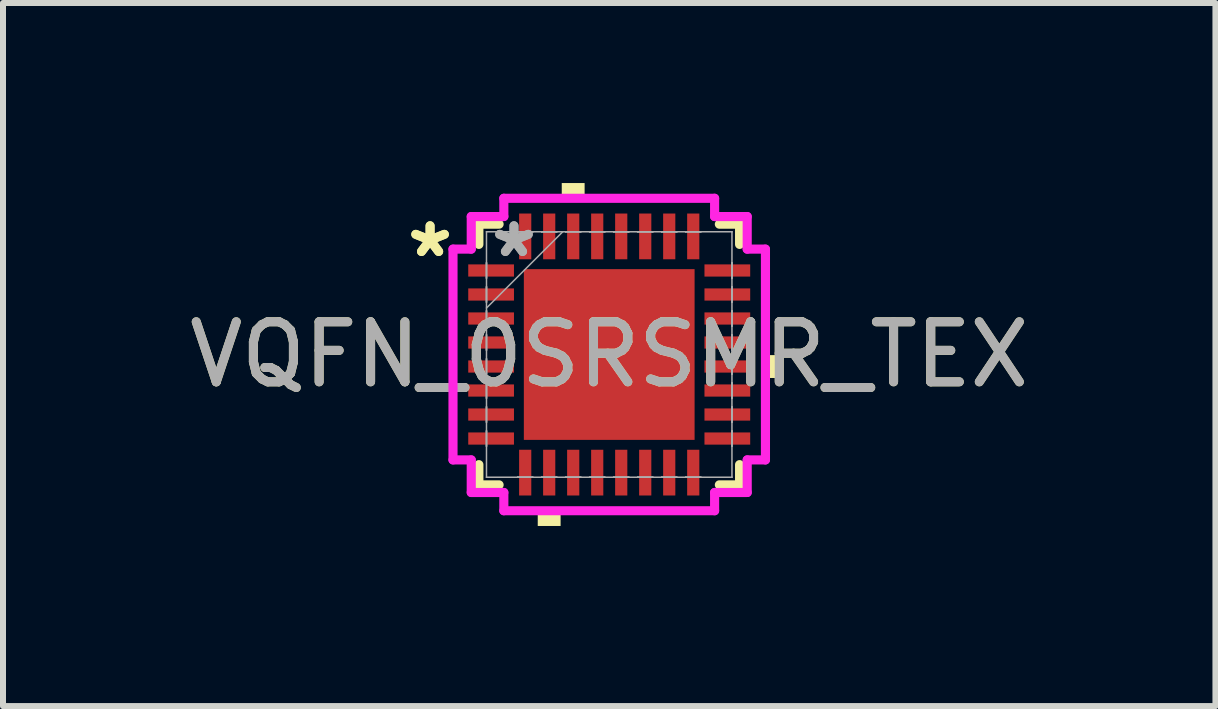
<source format=kicad_pcb>
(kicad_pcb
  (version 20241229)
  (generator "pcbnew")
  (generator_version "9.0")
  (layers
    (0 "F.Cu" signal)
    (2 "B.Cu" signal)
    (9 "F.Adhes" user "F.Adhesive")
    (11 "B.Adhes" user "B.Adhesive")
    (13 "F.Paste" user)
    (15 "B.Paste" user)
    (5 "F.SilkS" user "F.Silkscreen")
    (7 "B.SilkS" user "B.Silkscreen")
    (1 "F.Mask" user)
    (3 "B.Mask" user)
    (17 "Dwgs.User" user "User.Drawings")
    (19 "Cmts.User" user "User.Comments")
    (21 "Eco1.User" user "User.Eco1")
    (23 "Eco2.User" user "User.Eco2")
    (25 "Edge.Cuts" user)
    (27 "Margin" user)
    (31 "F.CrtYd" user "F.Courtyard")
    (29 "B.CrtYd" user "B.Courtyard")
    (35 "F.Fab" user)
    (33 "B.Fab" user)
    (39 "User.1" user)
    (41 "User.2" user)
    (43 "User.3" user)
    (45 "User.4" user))
  (footprint "VQFN_0SRSMR_TEX"
    (layer "F.Cu")
    (at 7.101 2.857)
    (property "Reference" "VQFN_0SRSMR_TEX" (at 0 0 0) (unlocked yes) (layer "F.SilkS") (effects (font (size 1 1) (thickness 0.15))))
    (attr smd)
    (fp_line (start -2.172 -2.172) (end -2.172 -1.835) (stroke (width 0.152) (type solid)) (layer "F.SilkS"))
    (fp_line (start -2.172 1.835) (end -2.172 2.172) (stroke (width 0.152) (type solid)) (layer "F.SilkS"))
    (fp_line (start -2.172 2.172) (end -1.835 2.172) (stroke (width 0.152) (type solid)) (layer "F.SilkS"))
    (fp_line (start -1.835 -2.172) (end -2.172 -2.172) (stroke (width 0.152) (type solid)) (layer "F.SilkS"))
    (fp_line (start 1.835 2.172) (end 2.172 2.172) (stroke (width 0.152) (type solid)) (layer "F.SilkS"))
    (fp_line (start 2.172 -2.172) (end 1.835 -2.172) (stroke (width 0.152) (type solid)) (layer "F.SilkS"))
    (fp_line (start 2.172 -1.835) (end 2.172 -2.172) (stroke (width 0.152) (type solid)) (layer "F.SilkS"))
    (fp_line (start 2.172 2.172) (end 2.172 1.835) (stroke (width 0.152) (type solid)) (layer "F.SilkS"))
    (fp_poly (pts (xy -1.191 2.603) (xy -1.191 2.857) (xy -0.81 2.857) (xy -0.81 2.603)) (stroke (width 0) (type solid)) (fill yes) (layer "F.SilkS"))
    (fp_poly (pts (xy -0.791 -2.603) (xy -0.791 -2.857) (xy -0.41 -2.857) (xy -0.41 -2.603)) (stroke (width 0) (type solid)) (fill yes) (layer "F.SilkS"))
    (fp_poly (pts (xy 2.857 0.01) (xy 2.857 0.391) (xy 2.603 0.391) (xy 2.603 0.01)) (stroke (width 0) (type solid)) (fill yes) (layer "F.SilkS"))
    (fp_poly (pts (xy -1.322 -1.322) (xy -1.322 -0.1) (xy -0.1 -0.1) (xy -0.1 -1.322)) (stroke (width 0) (type solid)) (fill yes) (layer "F.Paste"))
    (fp_poly (pts (xy -1.322 0.1) (xy -1.322 1.322) (xy -0.1 1.322) (xy -0.1 0.1)) (stroke (width 0) (type solid)) (fill yes) (layer "F.Paste"))
    (fp_poly (pts (xy 0.1 -1.322) (xy 0.1 -0.1) (xy 1.322 -0.1) (xy 1.322 -1.322)) (stroke (width 0) (type solid)) (fill yes) (layer "F.Paste"))
    (fp_poly (pts (xy 0.1 0.1) (xy 0.1 1.322) (xy 1.322 1.322) (xy 1.322 0.1)) (stroke (width 0) (type solid)) (fill yes) (layer "F.Paste"))
    (fp_line (start -2.603 -1.756) (end -2.299 -1.756) (stroke (width 0.152) (type solid)) (layer "F.CrtYd"))
    (fp_line (start -2.603 1.756) (end -2.603 -1.756) (stroke (width 0.152) (type solid)) (layer "F.CrtYd"))
    (fp_line (start -2.299 -2.299) (end -1.756 -2.299) (stroke (width 0.152) (type solid)) (layer "F.CrtYd"))
    (fp_line (start -2.299 -1.756) (end -2.299 -2.299) (stroke (width 0.152) (type solid)) (layer "F.CrtYd"))
    (fp_line (start -2.299 1.756) (end -2.603 1.756) (stroke (width 0.152) (type solid)) (layer "F.CrtYd"))
    (fp_line (start -2.299 2.299) (end -2.299 1.756) (stroke (width 0.152) (type solid)) (layer "F.CrtYd"))
    (fp_line (start -1.756 -2.603) (end 1.756 -2.603) (stroke (width 0.152) (type solid)) (layer "F.CrtYd"))
    (fp_line (start -1.756 -2.299) (end -1.756 -2.603) (stroke (width 0.152) (type solid)) (layer "F.CrtYd"))
    (fp_line (start -1.756 2.299) (end -2.299 2.299) (stroke (width 0.152) (type solid)) (layer "F.CrtYd"))
    (fp_line (start -1.756 2.603) (end -1.756 2.299) (stroke (width 0.152) (type solid)) (layer "F.CrtYd"))
    (fp_line (start 1.756 -2.603) (end 1.756 -2.299) (stroke (width 0.152) (type solid)) (layer "F.CrtYd"))
    (fp_line (start 1.756 -2.299) (end 2.299 -2.299) (stroke (width 0.152) (type solid)) (layer "F.CrtYd"))
    (fp_line (start 1.756 2.299) (end 1.756 2.603) (stroke (width 0.152) (type solid)) (layer "F.CrtYd"))
    (fp_line (start 1.756 2.603) (end -1.756 2.603) (stroke (width 0.152) (type solid)) (layer "F.CrtYd"))
    (fp_line (start 2.299 -2.299) (end 2.299 -1.756) (stroke (width 0.152) (type solid)) (layer "F.CrtYd"))
    (fp_line (start 2.299 -1.756) (end 2.603 -1.756) (stroke (width 0.152) (type solid)) (layer "F.CrtYd"))
    (fp_line (start 2.299 1.756) (end 2.299 2.299) (stroke (width 0.152) (type solid)) (layer "F.CrtYd"))
    (fp_line (start 2.299 2.299) (end 1.756 2.299) (stroke (width 0.152) (type solid)) (layer "F.CrtYd"))
    (fp_line (start 2.603 -1.756) (end 2.603 1.756) (stroke (width 0.152) (type solid)) (layer "F.CrtYd"))
    (fp_line (start 2.603 1.756) (end 2.299 1.756) (stroke (width 0.152) (type solid)) (layer "F.CrtYd"))
    (fp_line (start -2.045 -2.045) (end -2.045 -2.045) (stroke (width 0.025) (type solid)) (layer "F.Fab"))
    (fp_line (start -2.045 -2.045) (end -2.045 2.045) (stroke (width 0.025) (type solid)) (layer "F.Fab"))
    (fp_line (start -2.045 -1.527) (end -2.045 -1.527) (stroke (width 0.025) (type solid)) (layer "F.Fab"))
    (fp_line (start -2.045 -1.527) (end -2.045 -1.273) (stroke (width 0.025) (type solid)) (layer "F.Fab"))
    (fp_line (start -2.045 -1.273) (end -2.045 -1.527) (stroke (width 0.025) (type solid)) (layer "F.Fab"))
    (fp_line (start -2.045 -1.273) (end -2.045 -1.273) (stroke (width 0.025) (type solid)) (layer "F.Fab"))
    (fp_line (start -2.045 -1.127) (end -2.045 -1.127) (stroke (width 0.025) (type solid)) (layer "F.Fab"))
    (fp_line (start -2.045 -1.127) (end -2.045 -0.873) (stroke (width 0.025) (type solid)) (layer "F.Fab"))
    (fp_line (start -2.045 -0.873) (end -2.045 -1.127) (stroke (width 0.025) (type solid)) (layer "F.Fab"))
    (fp_line (start -2.045 -0.873) (end -2.045 -0.873) (stroke (width 0.025) (type solid)) (layer "F.Fab"))
    (fp_line (start -2.045 -0.775) (end -0.775 -2.045) (stroke (width 0.025) (type solid)) (layer "F.Fab"))
    (fp_line (start -2.045 -0.727) (end -2.045 -0.727) (stroke (width 0.025) (type solid)) (layer "F.Fab"))
    (fp_line (start -2.045 -0.727) (end -2.045 -0.473) (stroke (width 0.025) (type solid)) (layer "F.Fab"))
    (fp_line (start -2.045 -0.473) (end -2.045 -0.727) (stroke (width 0.025) (type solid)) (layer "F.Fab"))
    (fp_line (start -2.045 -0.473) (end -2.045 -0.473) (stroke (width 0.025) (type solid)) (layer "F.Fab"))
    (fp_line (start -2.045 -0.327) (end -2.045 -0.327) (stroke (width 0.025) (type solid)) (layer "F.Fab"))
    (fp_line (start -2.045 -0.327) (end -2.045 -0.073) (stroke (width 0.025) (type solid)) (layer "F.Fab"))
    (fp_line (start -2.045 -0.073) (end -2.045 -0.327) (stroke (width 0.025) (type solid)) (layer "F.Fab"))
    (fp_line (start -2.045 -0.073) (end -2.045 -0.073) (stroke (width 0.025) (type solid)) (layer "F.Fab"))
    (fp_line (start -2.045 0.073) (end -2.045 0.073) (stroke (width 0.025) (type solid)) (layer "F.Fab"))
    (fp_line (start -2.045 0.073) (end -2.045 0.327) (stroke (width 0.025) (type solid)) (layer "F.Fab"))
    (fp_line (start -2.045 0.327) (end -2.045 0.073) (stroke (width 0.025) (type solid)) (layer "F.Fab"))
    (fp_line (start -2.045 0.327) (end -2.045 0.327) (stroke (width 0.025) (type solid)) (layer "F.Fab"))
    (fp_line (start -2.045 0.473) (end -2.045 0.473) (stroke (width 0.025) (type solid)) (layer "F.Fab"))
    (fp_line (start -2.045 0.473) (end -2.045 0.727) (stroke (width 0.025) (type solid)) (layer "F.Fab"))
    (fp_line (start -2.045 0.727) (end -2.045 0.473) (stroke (width 0.025) (type solid)) (layer "F.Fab"))
    (fp_line (start -2.045 0.727) (end -2.045 0.727) (stroke (width 0.025) (type solid)) (layer "F.Fab"))
    (fp_line (start -2.045 0.873) (end -2.045 0.873) (stroke (width 0.025) (type solid)) (layer "F.Fab"))
    (fp_line (start -2.045 0.873) (end -2.045 1.127) (stroke (width 0.025) (type solid)) (layer "F.Fab"))
    (fp_line (start -2.045 1.127) (end -2.045 0.873) (stroke (width 0.025) (type solid)) (layer "F.Fab"))
    (fp_line (start -2.045 1.127) (end -2.045 1.127) (stroke (width 0.025) (type solid)) (layer "F.Fab"))
    (fp_line (start -2.045 1.273) (end -2.045 1.273) (stroke (width 0.025) (type solid)) (layer "F.Fab"))
    (fp_line (start -2.045 1.273) (end -2.045 1.527) (stroke (width 0.025) (type solid)) (layer "F.Fab"))
    (fp_line (start -2.045 1.527) (end -2.045 1.273) (stroke (width 0.025) (type solid)) (layer "F.Fab"))
    (fp_line (start -2.045 1.527) (end -2.045 1.527) (stroke (width 0.025) (type solid)) (layer "F.Fab"))
    (fp_line (start -2.045 2.045) (end -2.045 2.045) (stroke (width 0.025) (type solid)) (layer "F.Fab"))
    (fp_line (start -2.045 2.045) (end 2.045 2.045) (stroke (width 0.025) (type solid)) (layer "F.Fab"))
    (fp_line (start -1.527 -2.045) (end -1.527 -2.045) (stroke (width 0.025) (type solid)) (layer "F.Fab"))
    (fp_line (start -1.527 -2.045) (end -1.273 -2.045) (stroke (width 0.025) (type solid)) (layer "F.Fab"))
    (fp_line (start -1.527 2.045) (end -1.527 2.045) (stroke (width 0.025) (type solid)) (layer "F.Fab"))
    (fp_line (start -1.527 2.045) (end -1.273 2.045) (stroke (width 0.025) (type solid)) (layer "F.Fab"))
    (fp_line (start -1.273 -2.045) (end -1.527 -2.045) (stroke (width 0.025) (type solid)) (layer "F.Fab"))
    (fp_line (start -1.273 -2.045) (end -1.273 -2.045) (stroke (width 0.025) (type solid)) (layer "F.Fab"))
    (fp_line (start -1.273 2.045) (end -1.527 2.045) (stroke (width 0.025) (type solid)) (layer "F.Fab"))
    (fp_line (start -1.273 2.045) (end -1.273 2.045) (stroke (width 0.025) (type solid)) (layer "F.Fab"))
    (fp_line (start -1.127 -2.045) (end -1.127 -2.045) (stroke (width 0.025) (type solid)) (layer "F.Fab"))
    (fp_line (start -1.127 -2.045) (end -0.873 -2.045) (stroke (width 0.025) (type solid)) (layer "F.Fab"))
    (fp_line (start -1.127 2.045) (end -1.127 2.045) (stroke (width 0.025) (type solid)) (layer "F.Fab"))
    (fp_line (start -1.127 2.045) (end -0.873 2.045) (stroke (width 0.025) (type solid)) (layer "F.Fab"))
    (fp_line (start -0.873 -2.045) (end -1.127 -2.045) (stroke (width 0.025) (type solid)) (layer "F.Fab"))
    (fp_line (start -0.873 -2.045) (end -0.873 -2.045) (stroke (width 0.025) (type solid)) (layer "F.Fab"))
    (fp_line (start -0.873 2.045) (end -1.127 2.045) (stroke (width 0.025) (type solid)) (layer "F.Fab"))
    (fp_line (start -0.873 2.045) (end -0.873 2.045) (stroke (width 0.025) (type solid)) (layer "F.Fab"))
    (fp_line (start -0.727 -2.045) (end -0.727 -2.045) (stroke (width 0.025) (type solid)) (layer "F.Fab"))
    (fp_line (start -0.727 -2.045) (end -0.473 -2.045) (stroke (width 0.025) (type solid)) (layer "F.Fab"))
    (fp_line (start -0.727 2.045) (end -0.727 2.045) (stroke (width 0.025) (type solid)) (layer "F.Fab"))
    (fp_line (start -0.727 2.045) (end -0.473 2.045) (stroke (width 0.025) (type solid)) (layer "F.Fab"))
    (fp_line (start -0.473 -2.045) (end -0.727 -2.045) (stroke (width 0.025) (type solid)) (layer "F.Fab"))
    (fp_line (start -0.473 -2.045) (end -0.473 -2.045) (stroke (width 0.025) (type solid)) (layer "F.Fab"))
    (fp_line (start -0.473 2.045) (end -0.727 2.045) (stroke (width 0.025) (type solid)) (layer "F.Fab"))
    (fp_line (start -0.473 2.045) (end -0.473 2.045) (stroke (width 0.025) (type solid)) (layer "F.Fab"))
    (fp_line (start -0.327 -2.045) (end -0.327 -2.045) (stroke (width 0.025) (type solid)) (layer "F.Fab"))
    (fp_line (start -0.327 -2.045) (end -0.073 -2.045) (stroke (width 0.025) (type solid)) (layer "F.Fab"))
    (fp_line (start -0.327 2.045) (end -0.327 2.045) (stroke (width 0.025) (type solid)) (layer "F.Fab"))
    (fp_line (start -0.327 2.045) (end -0.073 2.045) (stroke (width 0.025) (type solid)) (layer "F.Fab"))
    (fp_line (start -0.073 -2.045) (end -0.327 -2.045) (stroke (width 0.025) (type solid)) (layer "F.Fab"))
    (fp_line (start -0.073 -2.045) (end -0.073 -2.045) (stroke (width 0.025) (type solid)) (layer "F.Fab"))
    (fp_line (start -0.073 2.045) (end -0.327 2.045) (stroke (width 0.025) (type solid)) (layer "F.Fab"))
    (fp_line (start -0.073 2.045) (end -0.073 2.045) (stroke (width 0.025) (type solid)) (layer "F.Fab"))
    (fp_line (start 0.073 -2.045) (end 0.073 -2.045) (stroke (width 0.025) (type solid)) (layer "F.Fab"))
    (fp_line (start 0.073 -2.045) (end 0.327 -2.045) (stroke (width 0.025) (type solid)) (layer "F.Fab"))
    (fp_line (start 0.073 2.045) (end 0.073 2.045) (stroke (width 0.025) (type solid)) (layer "F.Fab"))
    (fp_line (start 0.073 2.045) (end 0.327 2.045) (stroke (width 0.025) (type solid)) (layer "F.Fab"))
    (fp_line (start 0.327 -2.045) (end 0.073 -2.045) (stroke (width 0.025) (type solid)) (layer "F.Fab"))
    (fp_line (start 0.327 -2.045) (end 0.327 -2.045) (stroke (width 0.025) (type solid)) (layer "F.Fab"))
    (fp_line (start 0.327 2.045) (end 0.073 2.045) (stroke (width 0.025) (type solid)) (layer "F.Fab"))
    (fp_line (start 0.327 2.045) (end 0.327 2.045) (stroke (width 0.025) (type solid)) (layer "F.Fab"))
    (fp_line (start 0.473 -2.045) (end 0.473 -2.045) (stroke (width 0.025) (type solid)) (layer "F.Fab"))
    (fp_line (start 0.473 -2.045) (end 0.727 -2.045) (stroke (width 0.025) (type solid)) (layer "F.Fab"))
    (fp_line (start 0.473 2.045) (end 0.473 2.045) (stroke (width 0.025) (type solid)) (layer "F.Fab"))
    (fp_line (start 0.473 2.045) (end 0.727 2.045) (stroke (width 0.025) (type solid)) (layer "F.Fab"))
    (fp_line (start 0.727 -2.045) (end 0.473 -2.045) (stroke (width 0.025) (type solid)) (layer "F.Fab"))
    (fp_line (start 0.727 -2.045) (end 0.727 -2.045) (stroke (width 0.025) (type solid)) (layer "F.Fab"))
    (fp_line (start 0.727 2.045) (end 0.473 2.045) (stroke (width 0.025) (type solid)) (layer "F.Fab"))
    (fp_line (start 0.727 2.045) (end 0.727 2.045) (stroke (width 0.025) (type solid)) (layer "F.Fab"))
    (fp_line (start 0.873 -2.045) (end 0.873 -2.045) (stroke (width 0.025) (type solid)) (layer "F.Fab"))
    (fp_line (start 0.873 -2.045) (end 1.127 -2.045) (stroke (width 0.025) (type solid)) (layer "F.Fab"))
    (fp_line (start 0.873 2.045) (end 0.873 2.045) (stroke (width 0.025) (type solid)) (layer "F.Fab"))
    (fp_line (start 0.873 2.045) (end 1.127 2.045) (stroke (width 0.025) (type solid)) (layer "F.Fab"))
    (fp_line (start 1.127 -2.045) (end 0.873 -2.045) (stroke (width 0.025) (type solid)) (layer "F.Fab"))
    (fp_line (start 1.127 -2.045) (end 1.127 -2.045) (stroke (width 0.025) (type solid)) (layer "F.Fab"))
    (fp_line (start 1.127 2.045) (end 0.873 2.045) (stroke (width 0.025) (type solid)) (layer "F.Fab"))
    (fp_line (start 1.127 2.045) (end 1.127 2.045) (stroke (width 0.025) (type solid)) (layer "F.Fab"))
    (fp_line (start 1.273 -2.045) (end 1.273 -2.045) (stroke (width 0.025) (type solid)) (layer "F.Fab"))
    (fp_line (start 1.273 -2.045) (end 1.527 -2.045) (stroke (width 0.025) (type solid)) (layer "F.Fab"))
    (fp_line (start 1.273 2.045) (end 1.273 2.045) (stroke (width 0.025) (type solid)) (layer "F.Fab"))
    (fp_line (start 1.273 2.045) (end 1.527 2.045) (stroke (width 0.025) (type solid)) (layer "F.Fab"))
    (fp_line (start 1.527 -2.045) (end 1.273 -2.045) (stroke (width 0.025) (type solid)) (layer "F.Fab"))
    (fp_line (start 1.527 -2.045) (end 1.527 -2.045) (stroke (width 0.025) (type solid)) (layer "F.Fab"))
    (fp_line (start 1.527 2.045) (end 1.273 2.045) (stroke (width 0.025) (type solid)) (layer "F.Fab"))
    (fp_line (start 1.527 2.045) (end 1.527 2.045) (stroke (width 0.025) (type solid)) (layer "F.Fab"))
    (fp_line (start 2.045 -2.045) (end -2.045 -2.045) (stroke (width 0.025) (type solid)) (layer "F.Fab"))
    (fp_line (start 2.045 -2.045) (end 2.045 -2.045) (stroke (width 0.025) (type solid)) (layer "F.Fab"))
    (fp_line (start 2.045 -1.527) (end 2.045 -1.527) (stroke (width 0.025) (type solid)) (layer "F.Fab"))
    (fp_line (start 2.045 -1.527) (end 2.045 -1.273) (stroke (width 0.025) (type solid)) (layer "F.Fab"))
    (fp_line (start 2.045 -1.273) (end 2.045 -1.527) (stroke (width 0.025) (type solid)) (layer "F.Fab"))
    (fp_line (start 2.045 -1.273) (end 2.045 -1.273) (stroke (width 0.025) (type solid)) (layer "F.Fab"))
    (fp_line (start 2.045 -1.127) (end 2.045 -1.127) (stroke (width 0.025) (type solid)) (layer "F.Fab"))
    (fp_line (start 2.045 -1.127) (end 2.045 -0.873) (stroke (width 0.025) (type solid)) (layer "F.Fab"))
    (fp_line (start 2.045 -0.873) (end 2.045 -1.127) (stroke (width 0.025) (type solid)) (layer "F.Fab"))
    (fp_line (start 2.045 -0.873) (end 2.045 -0.873) (stroke (width 0.025) (type solid)) (layer "F.Fab"))
    (fp_line (start 2.045 -0.727) (end 2.045 -0.727) (stroke (width 0.025) (type solid)) (layer "F.Fab"))
    (fp_line (start 2.045 -0.727) (end 2.045 -0.473) (stroke (width 0.025) (type solid)) (layer "F.Fab"))
    (fp_line (start 2.045 -0.473) (end 2.045 -0.727) (stroke (width 0.025) (type solid)) (layer "F.Fab"))
    (fp_line (start 2.045 -0.473) (end 2.045 -0.473) (stroke (width 0.025) (type solid)) (layer "F.Fab"))
    (fp_line (start 2.045 -0.327) (end 2.045 -0.327) (stroke (width 0.025) (type solid)) (layer "F.Fab"))
    (fp_line (start 2.045 -0.327) (end 2.045 -0.073) (stroke (width 0.025) (type solid)) (layer "F.Fab"))
    (fp_line (start 2.045 -0.073) (end 2.045 -0.327) (stroke (width 0.025) (type solid)) (layer "F.Fab"))
    (fp_line (start 2.045 -0.073) (end 2.045 -0.073) (stroke (width 0.025) (type solid)) (layer "F.Fab"))
    (fp_line (start 2.045 0.073) (end 2.045 0.073) (stroke (width 0.025) (type solid)) (layer "F.Fab"))
    (fp_line (start 2.045 0.073) (end 2.045 0.327) (stroke (width 0.025) (type solid)) (layer "F.Fab"))
    (fp_line (start 2.045 0.327) (end 2.045 0.073) (stroke (width 0.025) (type solid)) (layer "F.Fab"))
    (fp_line (start 2.045 0.327) (end 2.045 0.327) (stroke (width 0.025) (type solid)) (layer "F.Fab"))
    (fp_line (start 2.045 0.473) (end 2.045 0.473) (stroke (width 0.025) (type solid)) (layer "F.Fab"))
    (fp_line (start 2.045 0.473) (end 2.045 0.727) (stroke (width 0.025) (type solid)) (layer "F.Fab"))
    (fp_line (start 2.045 0.727) (end 2.045 0.473) (stroke (width 0.025) (type solid)) (layer "F.Fab"))
    (fp_line (start 2.045 0.727) (end 2.045 0.727) (stroke (width 0.025) (type solid)) (layer "F.Fab"))
    (fp_line (start 2.045 0.873) (end 2.045 0.873) (stroke (width 0.025) (type solid)) (layer "F.Fab"))
    (fp_line (start 2.045 0.873) (end 2.045 1.127) (stroke (width 0.025) (type solid)) (layer "F.Fab"))
    (fp_line (start 2.045 1.127) (end 2.045 0.873) (stroke (width 0.025) (type solid)) (layer "F.Fab"))
    (fp_line (start 2.045 1.127) (end 2.045 1.127) (stroke (width 0.025) (type solid)) (layer "F.Fab"))
    (fp_line (start 2.045 1.273) (end 2.045 1.273) (stroke (width 0.025) (type solid)) (layer "F.Fab"))
    (fp_line (start 2.045 1.273) (end 2.045 1.527) (stroke (width 0.025) (type solid)) (layer "F.Fab"))
    (fp_line (start 2.045 1.527) (end 2.045 1.273) (stroke (width 0.025) (type solid)) (layer "F.Fab"))
    (fp_line (start 2.045 1.527) (end 2.045 1.527) (stroke (width 0.025) (type solid)) (layer "F.Fab"))
    (fp_line (start 2.045 2.045) (end 2.045 -2.045) (stroke (width 0.025) (type solid)) (layer "F.Fab"))
    (fp_line (start 2.045 2.045) (end 2.045 2.045) (stroke (width 0.025) (type solid)) (layer "F.Fab"))
    (fp_text user "*" (at -2.985 -1.6 0) (layer "F.SilkS") (effects (font (size 1 1) (thickness 0.15))))
    (fp_text user "*" (at -2.985 -1.6 0) (unlocked yes) (layer "F.SilkS") (effects (font (size 1 1) (thickness 0.15))))
    (fp_text user "${REFERENCE}" (at 0 0 0) (unlocked yes) (layer "F.Fab") (effects (font (size 1 1) (thickness 0.15))))
    (fp_text user "*" (at -1.587 -1.6 0) (layer "F.Fab") (effects (font (size 1 1) (thickness 0.15))))
    (fp_text user "*" (at -1.587 -1.6 0) (unlocked yes) (layer "F.Fab") (effects (font (size 1 1) (thickness 0.15))))
    (pad "1" smd rect (at -1.968 -1.4 90) (size 0.203 0.762) (layers "F.Cu" "F.Mask" "F.Paste"))
    (pad "2" smd rect (at -1.968 -1 90) (size 0.203 0.762) (layers "F.Cu" "F.Mask" "F.Paste"))
    (pad "3" smd rect (at -1.968 -0.6 90) (size 0.203 0.762) (layers "F.Cu" "F.Mask" "F.Paste"))
    (pad "4" smd rect (at -1.968 -0.2 90) (size 0.203 0.762) (layers "F.Cu" "F.Mask" "F.Paste"))
    (pad "5" smd rect (at -1.968 0.2 90) (size 0.203 0.762) (layers "F.Cu" "F.Mask" "F.Paste"))
    (pad "6" smd rect (at -1.968 0.6 90) (size 0.203 0.762) (layers "F.Cu" "F.Mask" "F.Paste"))
    (pad "7" smd rect (at -1.968 1 90) (size 0.203 0.762) (layers "F.Cu" "F.Mask" "F.Paste"))
    (pad "8" smd rect (at -1.968 1.4 90) (size 0.203 0.762) (layers "F.Cu" "F.Mask" "F.Paste"))
    (pad "9" smd rect (at -1.4 1.968) (size 0.203 0.762) (layers "F.Cu" "F.Mask" "F.Paste"))
    (pad "10" smd rect (at -1 1.968) (size 0.203 0.762) (layers "F.Cu" "F.Mask" "F.Paste"))
    (pad "11" smd rect (at -0.6 1.968) (size 0.203 0.762) (layers "F.Cu" "F.Mask" "F.Paste"))
    (pad "12" smd rect (at -0.2 1.968) (size 0.203 0.762) (layers "F.Cu" "F.Mask" "F.Paste"))
    (pad "13" smd rect (at 0.2 1.968) (size 0.203 0.762) (layers "F.Cu" "F.Mask" "F.Paste"))
    (pad "14" smd rect (at 0.6 1.968) (size 0.203 0.762) (layers "F.Cu" "F.Mask" "F.Paste"))
    (pad "15" smd rect (at 1 1.968) (size 0.203 0.762) (layers "F.Cu" "F.Mask" "F.Paste"))
    (pad "16" smd rect (at 1.4 1.968) (size 0.203 0.762) (layers "F.Cu" "F.Mask" "F.Paste"))
    (pad "17" smd rect (at 1.968 1.4 90) (size 0.203 0.762) (layers "F.Cu" "F.Mask" "F.Paste"))
    (pad "18" smd rect (at 1.968 1 90) (size 0.203 0.762) (layers "F.Cu" "F.Mask" "F.Paste"))
    (pad "19" smd rect (at 1.968 0.6 90) (size 0.203 0.762) (layers "F.Cu" "F.Mask" "F.Paste"))
    (pad "20" smd rect (at 1.968 0.2 90) (size 0.203 0.762) (layers "F.Cu" "F.Mask" "F.Paste"))
    (pad "21" smd rect (at 1.968 -0.2 90) (size 0.203 0.762) (layers "F.Cu" "F.Mask" "F.Paste"))
    (pad "22" smd rect (at 1.968 -0.6 90) (size 0.203 0.762) (layers "F.Cu" "F.Mask" "F.Paste"))
    (pad "23" smd rect (at 1.968 -1 90) (size 0.203 0.762) (layers "F.Cu" "F.Mask" "F.Paste"))
    (pad "24" smd rect (at 1.968 -1.4 90) (size 0.203 0.762) (layers "F.Cu" "F.Mask" "F.Paste"))
    (pad "25" smd rect (at 1.4 -1.968) (size 0.203 0.762) (layers "F.Cu" "F.Mask" "F.Paste"))
    (pad "26" smd rect (at 1 -1.968) (size 0.203 0.762) (layers "F.Cu" "F.Mask" "F.Paste"))
    (pad "27" smd rect (at 0.6 -1.968) (size 0.203 0.762) (layers "F.Cu" "F.Mask" "F.Paste"))
    (pad "28" smd rect (at 0.2 -1.968) (size 0.203 0.762) (layers "F.Cu" "F.Mask" "F.Paste"))
    (pad "29" smd rect (at -0.2 -1.968) (size 0.203 0.762) (layers "F.Cu" "F.Mask" "F.Paste"))
    (pad "30" smd rect (at -0.6 -1.968) (size 0.203 0.762) (layers "F.Cu" "F.Mask" "F.Paste"))
    (pad "31" smd rect (at -1 -1.968) (size 0.203 0.762) (layers "F.Cu" "F.Mask" "F.Paste"))
    (pad "32" smd rect (at -1.4 -1.968) (size 0.203 0.762) (layers "F.Cu" "F.Mask" "F.Paste"))
    (pad "33" smd rect (at 0 0) (size 2.845 2.845) (layers "F.Cu" "F.Mask")))
  (gr_rect
    (start -3 -3)
    (end 17.202 8.715)
    (stroke (width 0.1) (type default))
    (fill no)
    (layer "Edge.Cuts")))
</source>
